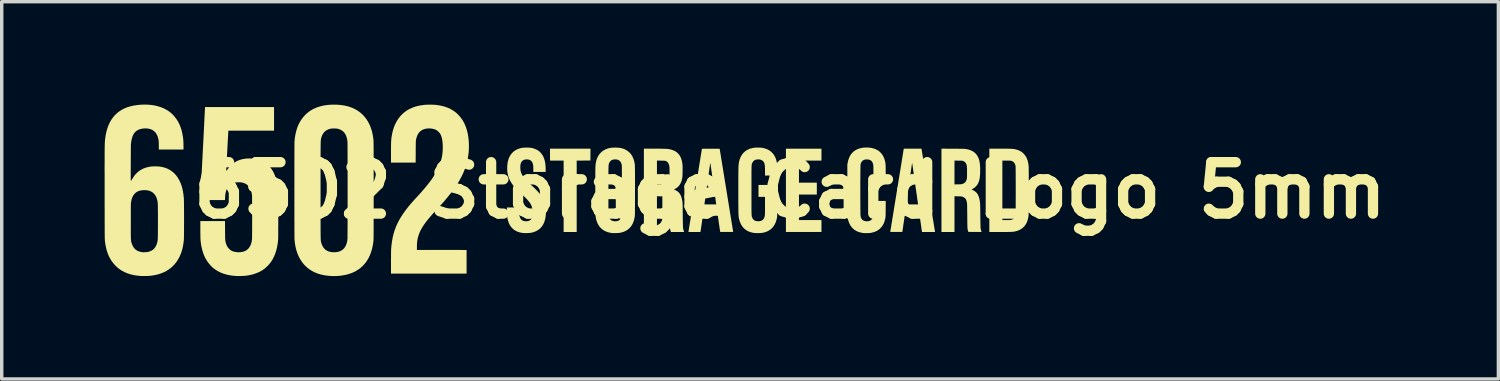
<source format=kicad_pcb>
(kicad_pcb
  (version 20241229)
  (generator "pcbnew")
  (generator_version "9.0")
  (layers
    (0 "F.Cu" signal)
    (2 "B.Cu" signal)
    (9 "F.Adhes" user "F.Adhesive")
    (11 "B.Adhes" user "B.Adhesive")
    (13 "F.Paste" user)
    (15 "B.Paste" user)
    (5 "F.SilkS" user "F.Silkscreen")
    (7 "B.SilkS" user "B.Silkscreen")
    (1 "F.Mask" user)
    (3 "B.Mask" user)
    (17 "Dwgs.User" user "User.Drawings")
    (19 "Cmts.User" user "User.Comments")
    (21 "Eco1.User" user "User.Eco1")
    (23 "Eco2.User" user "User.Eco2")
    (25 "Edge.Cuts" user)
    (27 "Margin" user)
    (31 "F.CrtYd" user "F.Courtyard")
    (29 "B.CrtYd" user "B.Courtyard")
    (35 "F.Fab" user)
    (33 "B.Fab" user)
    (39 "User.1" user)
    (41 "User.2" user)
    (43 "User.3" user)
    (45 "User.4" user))
  (footprint "6502 Storage Card Logo 5mm"
    (layer "F.Cu")
    (at 19.985 2.5)
    (property "Reference" "6502 Storage Card Logo 5mm" (at 0 0 0) (layer "F.SilkS") (effects (font (size 1.5 1.5) (thickness 0.3))))
    (attr board_only exclude_from_pos_files exclude_from_bom)
    (fp_poly (pts (xy -5.818 -1.042) (xy -5.819 -0.869) (xy -6.019 -0.868) (xy -6.219 -0.867) (xy -6.219 0.173) (xy -6.219 1.214) (xy -6.409 1.214) (xy -6.6 1.214) (xy -6.6 0.173) (xy -6.6 -0.867) (xy -6.798 -0.867) (xy -6.997 -0.867) (xy -6.997 -1.041) (xy -6.997 -1.214) (xy -6.407 -1.214) (xy -5.817 -1.214)) (stroke (width 0) (type solid)) (fill yes) (layer "F.SilkS"))
    (fp_poly (pts (xy 0.918 -1.041) (xy 0.918 -0.867) (xy 0.59 -0.867) (xy 0.262 -0.867) (xy 0.262 -0.546) (xy 0.262 -0.224) (xy 0.522 -0.224) (xy 0.783 -0.224) (xy 0.783 -0.051) (xy 0.783 0.123) (xy 0.522 0.123) (xy 0.262 0.123) (xy 0.262 0.495) (xy 0.262 0.867) (xy 0.59 0.867) (xy 0.918 0.867) (xy 0.918 1.041) (xy 0.918 1.214) (xy 0.4 1.214) (xy -0.118 1.214) (xy -0.118 0) (xy -0.118 -1.214) (xy 0.4 -1.214) (xy 0.918 -1.214)) (stroke (width 0) (type solid)) (fill yes) (layer "F.SilkS"))
    (fp_poly (pts (xy 3.577 -1.214) (xy 3.835 -1.214) (xy 3.895 -0.843) (xy 3.92 -0.692) (xy 3.944 -0.545) (xy 3.967 -0.402) (xy 3.989 -0.265) (xy 4.011 -0.133) (xy 4.031 -0.006) (xy 4.051 0.116) (xy 4.07 0.232) (xy 4.088 0.343) (xy 4.105 0.447) (xy 4.121 0.546) (xy 4.136 0.638) (xy 4.15 0.725) (xy 4.163 0.804) (xy 4.175 0.877) (xy 4.186 0.943) (xy 4.195 1.002) (xy 4.204 1.054) (xy 4.211 1.098) (xy 4.217 1.135) (xy 4.222 1.165) (xy 4.225 1.186) (xy 4.228 1.199) (xy 4.228 1.205) (xy 4.228 1.205) (xy 4.231 1.214) (xy 4.04 1.214) (xy 3.85 1.214) (xy 3.848 1.2) (xy 3.847 1.193) (xy 3.844 1.178) (xy 3.841 1.157) (xy 3.837 1.131) (xy 3.833 1.101) (xy 3.828 1.067) (xy 3.823 1.031) (xy 3.818 0.994) (xy 3.812 0.956) (xy 3.807 0.918) (xy 3.801 0.882) (xy 3.797 0.848) (xy 3.792 0.817) (xy 3.788 0.791) (xy 3.785 0.769) (xy 3.783 0.754) (xy 3.782 0.746) (xy 3.782 0.744) (xy 3.778 0.743) (xy 3.766 0.743) (xy 3.745 0.742) (xy 3.717 0.742) (xy 3.682 0.741) (xy 3.64 0.741) (xy 3.591 0.741) (xy 3.563 0.741) (xy 3.345 0.742) (xy 3.311 0.977) (xy 3.276 1.212) (xy 3.099 1.213) (xy 2.922 1.214) (xy 2.925 1.205) (xy 2.925 1.2) (xy 2.928 1.187) (xy 2.931 1.166) (xy 2.936 1.138) (xy 2.941 1.103) (xy 2.948 1.062) (xy 2.956 1.013) (xy 2.965 0.959) (xy 2.975 0.9) (xy 2.985 0.835) (xy 2.997 0.764) (xy 3.009 0.69) (xy 3.022 0.61) (xy 3.035 0.527) (xy 3.049 0.44) (xy 3.054 0.41) (xy 3.393 0.41) (xy 3.565 0.41) (xy 3.736 0.41) (xy 3.734 0.399) (xy 3.733 0.393) (xy 3.731 0.38) (xy 3.728 0.359) (xy 3.724 0.331) (xy 3.719 0.297) (xy 3.713 0.257) (xy 3.707 0.211) (xy 3.7 0.161) (xy 3.692 0.106) (xy 3.683 0.047) (xy 3.675 -0.016) (xy 3.665 -0.081) (xy 3.656 -0.149) (xy 3.648 -0.201) (xy 3.639 -0.27) (xy 3.629 -0.338) (xy 3.62 -0.402) (xy 3.611 -0.463) (xy 3.603 -0.521) (xy 3.595 -0.574) (xy 3.589 -0.622) (xy 3.582 -0.666) (xy 3.577 -0.703) (xy 3.572 -0.735) (xy 3.569 -0.76) (xy 3.566 -0.778) (xy 3.564 -0.788) (xy 3.564 -0.791) (xy 3.56 -0.79) (xy 3.559 -0.79) (xy 3.558 -0.785) (xy 3.556 -0.773) (xy 3.553 -0.753) (xy 3.549 -0.727) (xy 3.545 -0.695) (xy 3.539 -0.657) (xy 3.533 -0.615) (xy 3.527 -0.568) (xy 3.519 -0.517) (xy 3.512 -0.463) (xy 3.504 -0.407) (xy 3.495 -0.348) (xy 3.487 -0.288) (xy 3.479 -0.227) (xy 3.47 -0.166) (xy 3.462 -0.105) (xy 3.453 -0.045) (xy 3.445 0.013) (xy 3.437 0.07) (xy 3.43 0.124) (xy 3.423 0.175) (xy 3.416 0.222) (xy 3.41 0.265) (xy 3.405 0.303) (xy 3.401 0.335) (xy 3.397 0.362) (xy 3.395 0.382) (xy 3.393 0.394) (xy 3.393 0.399) (xy 3.393 0.41) (xy 3.054 0.41) (xy 3.064 0.35) (xy 3.079 0.257) (xy 3.095 0.161) (xy 3.111 0.062) (xy 3.123 -0.01) (xy 3.318 -1.214)) (stroke (width 0) (type solid)) (fill yes) (layer "F.SilkS"))
    (fp_poly (pts (xy 6.199 -1.214) (xy 6.256 -1.214) (xy 6.306 -1.214) (xy 6.35 -1.214) (xy 6.387 -1.213) (xy 6.42 -1.212) (xy 6.448 -1.211) (xy 6.472 -1.21) (xy 6.493 -1.209) (xy 6.512 -1.207) (xy 6.529 -1.205) (xy 6.544 -1.202) (xy 6.56 -1.199) (xy 6.575 -1.196) (xy 6.591 -1.192) (xy 6.592 -1.191) (xy 6.652 -1.173) (xy 6.706 -1.149) (xy 6.755 -1.12) (xy 6.798 -1.084) (xy 6.824 -1.059) (xy 6.859 -1.015) (xy 6.89 -0.966) (xy 6.914 -0.912) (xy 6.934 -0.853) (xy 6.949 -0.788) (xy 6.959 -0.718) (xy 6.96 -0.708) (xy 6.96 -0.689) (xy 6.961 -0.661) (xy 6.961 -0.626) (xy 6.962 -0.582) (xy 6.962 -0.53) (xy 6.963 -0.47) (xy 6.963 -0.402) (xy 6.963 -0.327) (xy 6.963 -0.243) (xy 6.963 -0.152) (xy 6.963 -0.054) (xy 6.963 0) (xy 6.963 0.091) (xy 6.963 0.174) (xy 6.963 0.25) (xy 6.963 0.318) (xy 6.963 0.38) (xy 6.963 0.435) (xy 6.963 0.484) (xy 6.962 0.528) (xy 6.962 0.567) (xy 6.962 0.601) (xy 6.961 0.631) (xy 6.96 0.657) (xy 6.96 0.679) (xy 6.959 0.699) (xy 6.958 0.716) (xy 6.957 0.731) (xy 6.955 0.745) (xy 6.954 0.757) (xy 6.953 0.768) (xy 6.951 0.779) (xy 6.949 0.79) (xy 6.948 0.795) (xy 6.943 0.819) (xy 6.935 0.847) (xy 6.927 0.876) (xy 6.917 0.905) (xy 6.908 0.93) (xy 6.899 0.949) (xy 6.898 0.951) (xy 6.866 1.005) (xy 6.829 1.054) (xy 6.786 1.095) (xy 6.738 1.13) (xy 6.684 1.159) (xy 6.624 1.182) (xy 6.592 1.191) (xy 6.576 1.195) (xy 6.56 1.199) (xy 6.545 1.202) (xy 6.53 1.205) (xy 6.513 1.207) (xy 6.494 1.209) (xy 6.473 1.21) (xy 6.449 1.211) (xy 6.421 1.212) (xy 6.389 1.213) (xy 6.351 1.214) (xy 6.308 1.214) (xy 6.258 1.214) (xy 6.202 1.214) (xy 6.137 1.214) (xy 6.134 1.214) (xy 5.813 1.214) (xy 5.813 0) (xy 6.193 0) (xy 6.193 0.867) (xy 6.31 0.867) (xy 6.346 0.867) (xy 6.374 0.867) (xy 6.396 0.867) (xy 6.413 0.866) (xy 6.426 0.865) (xy 6.437 0.863) (xy 6.447 0.861) (xy 6.456 0.859) (xy 6.49 0.845) (xy 6.519 0.826) (xy 6.542 0.8) (xy 6.56 0.769) (xy 6.573 0.73) (xy 6.578 0.705) (xy 6.579 0.697) (xy 6.579 0.682) (xy 6.58 0.659) (xy 6.58 0.629) (xy 6.581 0.593) (xy 6.581 0.552) (xy 6.582 0.505) (xy 6.582 0.454) (xy 6.582 0.399) (xy 6.582 0.34) (xy 6.582 0.278) (xy 6.583 0.215) (xy 6.583 0.149) (xy 6.583 0.082) (xy 6.583 0.014) (xy 6.583 -0.053) (xy 6.583 -0.121) (xy 6.583 -0.187) (xy 6.583 -0.252) (xy 6.582 -0.314) (xy 6.582 -0.374) (xy 6.582 -0.431) (xy 6.582 -0.484) (xy 6.581 -0.533) (xy 6.581 -0.577) (xy 6.581 -0.615) (xy 6.58 -0.647) (xy 6.58 -0.673) (xy 6.579 -0.692) (xy 6.579 -0.702) (xy 6.578 -0.705) (xy 6.568 -0.747) (xy 6.553 -0.782) (xy 6.533 -0.811) (xy 6.508 -0.834) (xy 6.477 -0.851) (xy 6.456 -0.859) (xy 6.447 -0.861) (xy 6.437 -0.863) (xy 6.426 -0.865) (xy 6.413 -0.866) (xy 6.396 -0.867) (xy 6.374 -0.867) (xy 6.345 -0.867) (xy 6.31 -0.867) (xy 6.193 -0.867) (xy 6.193 0) (xy 5.813 0) (xy 5.813 -1.214) (xy 6.134 -1.214)) (stroke (width 0) (type solid)) (fill yes) (layer "F.SilkS"))
    (fp_poly (pts (xy 2.249 -1.248) (xy 2.28 -1.247) (xy 2.308 -1.246) (xy 2.33 -1.244) (xy 2.395 -1.232) (xy 2.455 -1.216) (xy 2.509 -1.194) (xy 2.534 -1.181) (xy 2.57 -1.16) (xy 2.602 -1.137) (xy 2.632 -1.11) (xy 2.645 -1.096) (xy 2.68 -1.056) (xy 2.709 -1.012) (xy 2.734 -0.965) (xy 2.754 -0.913) (xy 2.771 -0.854) (xy 2.78 -0.812) (xy 2.782 -0.801) (xy 2.784 -0.789) (xy 2.786 -0.776) (xy 2.787 -0.761) (xy 2.788 -0.744) (xy 2.789 -0.723) (xy 2.789 -0.696) (xy 2.79 -0.665) (xy 2.79 -0.626) (xy 2.791 -0.583) (xy 2.793 -0.398) (xy 2.613 -0.398) (xy 2.433 -0.398) (xy 2.433 -0.56) (xy 2.432 -0.605) (xy 2.432 -0.642) (xy 2.432 -0.672) (xy 2.431 -0.696) (xy 2.43 -0.716) (xy 2.429 -0.731) (xy 2.428 -0.744) (xy 2.426 -0.754) (xy 2.426 -0.754) (xy 2.414 -0.795) (xy 2.398 -0.829) (xy 2.376 -0.856) (xy 2.349 -0.877) (xy 2.316 -0.892) (xy 2.278 -0.9) (xy 2.242 -0.902) (xy 2.199 -0.899) (xy 2.162 -0.889) (xy 2.131 -0.874) (xy 2.104 -0.851) (xy 2.083 -0.823) (xy 2.067 -0.787) (xy 2.058 -0.753) (xy 2.057 -0.744) (xy 2.056 -0.728) (xy 2.056 -0.704) (xy 2.055 -0.674) (xy 2.054 -0.637) (xy 2.054 -0.594) (xy 2.053 -0.547) (xy 2.053 -0.494) (xy 2.052 -0.438) (xy 2.052 -0.377) (xy 2.052 -0.314) (xy 2.051 -0.249) (xy 2.051 -0.181) (xy 2.051 -0.112) (xy 2.051 -0.042) (xy 2.051 0.028) (xy 2.051 0.098) (xy 2.051 0.167) (xy 2.051 0.235) (xy 2.052 0.301) (xy 2.052 0.365) (xy 2.052 0.426) (xy 2.053 0.483) (xy 2.053 0.536) (xy 2.054 0.585) (xy 2.054 0.629) (xy 2.055 0.667) (xy 2.055 0.698) (xy 2.056 0.723) (xy 2.057 0.741) (xy 2.058 0.751) (xy 2.058 0.752) (xy 2.069 0.793) (xy 2.085 0.827) (xy 2.105 0.854) (xy 2.131 0.875) (xy 2.162 0.889) (xy 2.198 0.899) (xy 2.213 0.901) (xy 2.258 0.902) (xy 2.298 0.897) (xy 2.333 0.885) (xy 2.364 0.867) (xy 2.389 0.842) (xy 2.408 0.811) (xy 2.415 0.795) (xy 2.419 0.785) (xy 2.422 0.774) (xy 2.425 0.763) (xy 2.427 0.751) (xy 2.429 0.737) (xy 2.43 0.72) (xy 2.431 0.699) (xy 2.432 0.673) (xy 2.432 0.642) (xy 2.432 0.605) (xy 2.433 0.561) (xy 2.433 0.518) (xy 2.433 0.309) (xy 2.613 0.309) (xy 2.793 0.309) (xy 2.791 0.538) (xy 2.79 0.589) (xy 2.79 0.632) (xy 2.79 0.668) (xy 2.789 0.698) (xy 2.789 0.723) (xy 2.788 0.743) (xy 2.787 0.76) (xy 2.786 0.774) (xy 2.785 0.786) (xy 2.783 0.796) (xy 2.781 0.806) (xy 2.78 0.812) (xy 2.766 0.875) (xy 2.748 0.931) (xy 2.726 0.981) (xy 2.7 1.026) (xy 2.67 1.068) (xy 2.645 1.096) (xy 2.603 1.136) (xy 2.556 1.169) (xy 2.504 1.197) (xy 2.447 1.218) (xy 2.383 1.235) (xy 2.33 1.244) (xy 2.314 1.245) (xy 2.292 1.246) (xy 2.266 1.247) (xy 2.238 1.247) (xy 2.21 1.247) (xy 2.183 1.247) (xy 2.161 1.246) (xy 2.145 1.245) (xy 2.12 1.242) (xy 2.09 1.236) (xy 2.06 1.23) (xy 2.031 1.222) (xy 2.006 1.215) (xy 2.002 1.214) (xy 1.943 1.189) (xy 1.89 1.158) (xy 1.843 1.121) (xy 1.801 1.077) (xy 1.764 1.027) (xy 1.734 0.971) (xy 1.709 0.908) (xy 1.69 0.84) (xy 1.683 0.807) (xy 1.673 0.755) (xy 1.673 0) (xy 1.673 -0.755) (xy 1.683 -0.807) (xy 1.699 -0.878) (xy 1.722 -0.943) (xy 1.749 -1.002) (xy 1.783 -1.055) (xy 1.822 -1.101) (xy 1.867 -1.141) (xy 1.918 -1.175) (xy 1.974 -1.203) (xy 2.037 -1.224) (xy 2.105 -1.239) (xy 2.134 -1.244) (xy 2.156 -1.246) (xy 2.184 -1.247) (xy 2.216 -1.248)) (stroke (width 0) (type solid)) (fill yes) (layer "F.SilkS"))
    (fp_poly (pts (xy -2.338 -1.213) (xy -2.309 -1.213) (xy -2.05 -1.212) (xy -1.853 0) (xy -1.656 1.212) (xy -1.844 1.213) (xy -1.883 1.213) (xy -1.919 1.213) (xy -1.952 1.213) (xy -1.981 1.213) (xy -2.004 1.213) (xy -2.021 1.213) (xy -2.031 1.212) (xy -2.034 1.212) (xy -2.035 1.208) (xy -2.037 1.196) (xy -2.04 1.178) (xy -2.044 1.154) (xy -2.048 1.125) (xy -2.053 1.093) (xy -2.058 1.057) (xy -2.063 1.02) (xy -2.069 0.982) (xy -2.075 0.944) (xy -2.08 0.906) (xy -2.085 0.871) (xy -2.09 0.838) (xy -2.094 0.808) (xy -2.098 0.784) (xy -2.1 0.764) (xy -2.102 0.751) (xy -2.103 0.746) (xy -2.104 0.744) (xy -2.109 0.743) (xy -2.119 0.743) (xy -2.132 0.742) (xy -2.152 0.741) (xy -2.177 0.741) (xy -2.208 0.741) (xy -2.247 0.741) (xy -2.293 0.741) (xy -2.321 0.741) (xy -2.54 0.742) (xy -2.575 0.977) (xy -2.581 1.021) (xy -2.587 1.062) (xy -2.593 1.099) (xy -2.598 1.133) (xy -2.602 1.161) (xy -2.606 1.185) (xy -2.608 1.201) (xy -2.61 1.211) (xy -2.61 1.213) (xy -2.614 1.213) (xy -2.626 1.214) (xy -2.643 1.214) (xy -2.666 1.214) (xy -2.694 1.214) (xy -2.724 1.214) (xy -2.756 1.214) (xy -2.79 1.214) (xy -2.823 1.214) (xy -2.855 1.214) (xy -2.884 1.214) (xy -2.911 1.214) (xy -2.933 1.213) (xy -2.949 1.213) (xy -2.959 1.213) (xy -2.961 1.213) (xy -2.961 1.208) (xy -2.959 1.196) (xy -2.955 1.176) (xy -2.951 1.149) (xy -2.945 1.114) (xy -2.939 1.073) (xy -2.931 1.026) (xy -2.922 0.972) (xy -2.913 0.913) (xy -2.902 0.849) (xy -2.891 0.779) (xy -2.879 0.704) (xy -2.866 0.626) (xy -2.853 0.543) (xy -2.839 0.456) (xy -2.83 0.405) (xy -2.495 0.405) (xy -2.493 0.406) (xy -2.49 0.407) (xy -2.483 0.408) (xy -2.473 0.409) (xy -2.459 0.41) (xy -2.439 0.41) (xy -2.414 0.41) (xy -2.382 0.41) (xy -2.342 0.41) (xy -2.323 0.41) (xy -2.149 0.41) (xy -2.151 0.401) (xy -2.152 0.396) (xy -2.154 0.382) (xy -2.157 0.362) (xy -2.161 0.334) (xy -2.166 0.3) (xy -2.171 0.261) (xy -2.178 0.215) (xy -2.185 0.165) (xy -2.193 0.11) (xy -2.201 0.051) (xy -2.21 -0.012) (xy -2.219 -0.077) (xy -2.229 -0.145) (xy -2.236 -0.199) (xy -2.246 -0.268) (xy -2.256 -0.336) (xy -2.265 -0.4) (xy -2.274 -0.462) (xy -2.282 -0.519) (xy -2.289 -0.572) (xy -2.296 -0.621) (xy -2.302 -0.665) (xy -2.308 -0.702) (xy -2.313 -0.734) (xy -2.316 -0.759) (xy -2.319 -0.778) (xy -2.321 -0.788) (xy -2.321 -0.791) (xy -2.325 -0.79) (xy -2.326 -0.789) (xy -2.327 -0.784) (xy -2.329 -0.772) (xy -2.332 -0.752) (xy -2.336 -0.725) (xy -2.341 -0.691) (xy -2.347 -0.652) (xy -2.353 -0.607) (xy -2.36 -0.557) (xy -2.368 -0.503) (xy -2.376 -0.444) (xy -2.385 -0.382) (xy -2.394 -0.317) (xy -2.404 -0.249) (xy -2.411 -0.195) (xy -2.421 -0.125) (xy -2.43 -0.057) (xy -2.439 0.007) (xy -2.447 0.069) (xy -2.456 0.127) (xy -2.463 0.181) (xy -2.47 0.23) (xy -2.476 0.274) (xy -2.481 0.312) (xy -2.486 0.344) (xy -2.49 0.37) (xy -2.492 0.389) (xy -2.494 0.4) (xy -2.494 0.403) (xy -2.495 0.405) (xy -2.83 0.405) (xy -2.824 0.366) (xy -2.809 0.273) (xy -2.793 0.177) (xy -2.777 0.079) (xy -2.765 0.002) (xy -2.748 -0.098) (xy -2.732 -0.195) (xy -2.717 -0.291) (xy -2.702 -0.383) (xy -2.687 -0.473) (xy -2.673 -0.558) (xy -2.66 -0.64) (xy -2.647 -0.718) (xy -2.636 -0.792) (xy -2.624 -0.86) (xy -2.614 -0.924) (xy -2.605 -0.982) (xy -2.596 -1.034) (xy -2.589 -1.08) (xy -2.582 -1.12) (xy -2.577 -1.153) (xy -2.573 -1.179) (xy -2.57 -1.197) (xy -2.568 -1.208) (xy -2.568 -1.21) (xy -2.564 -1.211) (xy -2.552 -1.212) (xy -2.532 -1.212) (xy -2.505 -1.213) (xy -2.472 -1.213) (xy -2.433 -1.213) (xy -2.388 -1.213)) (stroke (width 0) (type solid)) (fill yes) (layer "F.SilkS"))
    (fp_poly (pts (xy -3.879 -1.214) (xy -3.818 -1.214) (xy -3.765 -1.214) (xy -3.718 -1.213) (xy -3.677 -1.212) (xy -3.641 -1.211) (xy -3.61 -1.21) (xy -3.582 -1.208) (xy -3.558 -1.206) (xy -3.536 -1.203) (xy -3.516 -1.199) (xy -3.497 -1.196) (xy -3.479 -1.191) (xy -3.461 -1.186) (xy -3.442 -1.18) (xy -3.437 -1.178) (xy -3.39 -1.161) (xy -3.349 -1.141) (xy -3.312 -1.117) (xy -3.278 -1.089) (xy -3.269 -1.08) (xy -3.234 -1.041) (xy -3.205 -0.998) (xy -3.181 -0.949) (xy -3.162 -0.894) (xy -3.147 -0.832) (xy -3.136 -0.764) (xy -3.135 -0.75) (xy -3.133 -0.73) (xy -3.132 -0.703) (xy -3.131 -0.671) (xy -3.131 -0.636) (xy -3.131 -0.597) (xy -3.131 -0.558) (xy -3.132 -0.519) (xy -3.133 -0.48) (xy -3.134 -0.445) (xy -3.136 -0.414) (xy -3.138 -0.387) (xy -3.14 -0.368) (xy -3.141 -0.362) (xy -3.155 -0.296) (xy -3.175 -0.237) (xy -3.201 -0.184) (xy -3.232 -0.138) (xy -3.268 -0.099) (xy -3.31 -0.066) (xy -3.345 -0.046) (xy -3.36 -0.037) (xy -3.372 -0.03) (xy -3.378 -0.025) (xy -3.379 -0.024) (xy -3.375 -0.021) (xy -3.365 -0.016) (xy -3.351 -0.01) (xy -3.347 -0.008) (xy -3.305 0.012) (xy -3.268 0.038) (xy -3.236 0.069) (xy -3.208 0.105) (xy -3.185 0.148) (xy -3.166 0.198) (xy -3.15 0.255) (xy -3.138 0.319) (xy -3.136 0.331) (xy -3.135 0.342) (xy -3.134 0.355) (xy -3.133 0.371) (xy -3.132 0.391) (xy -3.131 0.414) (xy -3.13 0.443) (xy -3.129 0.476) (xy -3.129 0.516) (xy -3.128 0.561) (xy -3.128 0.614) (xy -3.127 0.674) (xy -3.126 0.723) (xy -3.126 0.796) (xy -3.125 0.86) (xy -3.124 0.918) (xy -3.123 0.968) (xy -3.122 1.01) (xy -3.121 1.044) (xy -3.12 1.07) (xy -3.119 1.089) (xy -3.118 1.098) (xy -3.111 1.137) (xy -3.101 1.172) (xy -3.093 1.195) (xy -3.084 1.214) (xy -3.278 1.214) (xy -3.472 1.214) (xy -3.481 1.186) (xy -3.485 1.173) (xy -3.488 1.16) (xy -3.491 1.149) (xy -3.494 1.137) (xy -3.496 1.124) (xy -3.498 1.109) (xy -3.5 1.093) (xy -3.501 1.074) (xy -3.502 1.051) (xy -3.503 1.024) (xy -3.504 0.993) (xy -3.505 0.957) (xy -3.505 0.914) (xy -3.506 0.866) (xy -3.506 0.81) (xy -3.507 0.747) (xy -3.507 0.728) (xy -3.508 0.664) (xy -3.508 0.607) (xy -3.509 0.559) (xy -3.509 0.516) (xy -3.51 0.481) (xy -3.51 0.45) (xy -3.511 0.425) (xy -3.512 0.404) (xy -3.512 0.387) (xy -3.513 0.374) (xy -3.514 0.363) (xy -3.515 0.354) (xy -3.517 0.347) (xy -3.517 0.344) (xy -3.526 0.309) (xy -3.536 0.282) (xy -3.548 0.259) (xy -3.562 0.24) (xy -3.577 0.225) (xy -3.594 0.21) (xy -3.613 0.199) (xy -3.635 0.19) (xy -3.66 0.183) (xy -3.69 0.178) (xy -3.725 0.175) (xy -3.767 0.174) (xy -3.794 0.174) (xy -3.879 0.173) (xy -3.879 0.694) (xy -3.879 1.214) (xy -4.07 1.214) (xy -4.26 1.214) (xy -4.26 0) (xy -4.26 -0.521) (xy -3.879 -0.521) (xy -3.879 -0.173) (xy -3.794 -0.174) (xy -3.758 -0.174) (xy -3.726 -0.175) (xy -3.7 -0.177) (xy -3.68 -0.179) (xy -3.676 -0.179) (xy -3.636 -0.19) (xy -3.602 -0.207) (xy -3.573 -0.229) (xy -3.55 -0.258) (xy -3.531 -0.294) (xy -3.521 -0.324) (xy -3.519 -0.335) (xy -3.517 -0.354) (xy -3.516 -0.379) (xy -3.514 -0.409) (xy -3.513 -0.442) (xy -3.512 -0.478) (xy -3.512 -0.515) (xy -3.511 -0.552) (xy -3.511 -0.587) (xy -3.512 -0.62) (xy -3.513 -0.649) (xy -3.514 -0.673) (xy -3.515 -0.691) (xy -3.516 -0.694) (xy -3.525 -0.738) (xy -3.539 -0.776) (xy -3.557 -0.807) (xy -3.58 -0.832) (xy -3.608 -0.85) (xy -3.621 -0.855) (xy -3.628 -0.858) (xy -3.636 -0.86) (xy -3.644 -0.862) (xy -3.655 -0.863) (xy -3.67 -0.864) (xy -3.689 -0.865) (xy -3.713 -0.866) (xy -3.744 -0.866) (xy -3.762 -0.866) (xy -3.879 -0.868) (xy -3.879 -0.521) (xy -4.26 -0.521) (xy -4.26 -1.214) (xy -3.947 -1.214)) (stroke (width 0) (type solid)) (fill yes) (layer "F.SilkS"))
    (fp_poly (pts (xy -7.639 -1.246) (xy -7.603 -1.244) (xy -7.573 -1.242) (xy -7.546 -1.239) (xy -7.52 -1.234) (xy -7.494 -1.227) (xy -7.465 -1.218) (xy -7.458 -1.216) (xy -7.4 -1.192) (xy -7.347 -1.163) (xy -7.3 -1.127) (xy -7.259 -1.085) (xy -7.223 -1.037) (xy -7.192 -0.983) (xy -7.168 -0.922) (xy -7.149 -0.856) (xy -7.135 -0.783) (xy -7.127 -0.703) (xy -7.124 -0.619) (xy -7.124 -0.537) (xy -7.304 -0.537) (xy -7.484 -0.537) (xy -7.484 -0.619) (xy -7.484 -0.66) (xy -7.486 -0.696) (xy -7.488 -0.725) (xy -7.49 -0.74) (xy -7.5 -0.783) (xy -7.516 -0.819) (xy -7.537 -0.849) (xy -7.563 -0.872) (xy -7.594 -0.889) (xy -7.631 -0.899) (xy -7.673 -0.902) (xy -7.706 -0.901) (xy -7.734 -0.896) (xy -7.761 -0.886) (xy -7.785 -0.874) (xy -7.802 -0.861) (xy -7.824 -0.836) (xy -7.841 -0.808) (xy -7.853 -0.775) (xy -7.86 -0.736) (xy -7.864 -0.692) (xy -7.863 -0.649) (xy -7.861 -0.609) (xy -7.855 -0.571) (xy -7.846 -0.534) (xy -7.833 -0.498) (xy -7.816 -0.461) (xy -7.795 -0.425) (xy -7.769 -0.387) (xy -7.737 -0.347) (xy -7.701 -0.306) (xy -7.658 -0.261) (xy -7.609 -0.214) (xy -7.554 -0.162) (xy -7.537 -0.146) (xy -7.473 -0.087) (xy -7.416 -0.031) (xy -7.365 0.021) (xy -7.321 0.071) (xy -7.282 0.119) (xy -7.248 0.165) (xy -7.22 0.211) (xy -7.195 0.257) (xy -7.175 0.303) (xy -7.158 0.35) (xy -7.144 0.398) (xy -7.143 0.403) (xy -7.13 0.471) (xy -7.121 0.543) (xy -7.118 0.618) (xy -7.119 0.692) (xy -7.125 0.763) (xy -7.133 0.812) (xy -7.15 0.882) (xy -7.173 0.946) (xy -7.202 1.004) (xy -7.237 1.057) (xy -7.278 1.103) (xy -7.324 1.143) (xy -7.377 1.176) (xy -7.435 1.204) (xy -7.499 1.225) (xy -7.541 1.236) (xy -7.565 1.239) (xy -7.595 1.242) (xy -7.63 1.245) (xy -7.667 1.246) (xy -7.704 1.247) (xy -7.74 1.246) (xy -7.772 1.245) (xy -7.798 1.243) (xy -7.803 1.242) (xy -7.872 1.228) (xy -7.936 1.209) (xy -7.993 1.183) (xy -8.045 1.151) (xy -8.091 1.112) (xy -8.131 1.068) (xy -8.166 1.017) (xy -8.195 0.96) (xy -8.218 0.896) (xy -8.226 0.869) (xy -8.233 0.842) (xy -8.238 0.816) (xy -8.243 0.789) (xy -8.246 0.76) (xy -8.249 0.728) (xy -8.251 0.691) (xy -8.252 0.647) (xy -8.253 0.621) (xy -8.255 0.499) (xy -8.075 0.499) (xy -7.895 0.499) (xy -7.893 0.617) (xy -7.892 0.654) (xy -7.891 0.685) (xy -7.89 0.709) (xy -7.889 0.728) (xy -7.887 0.742) (xy -7.885 0.754) (xy -7.884 0.759) (xy -7.869 0.8) (xy -7.851 0.834) (xy -7.827 0.86) (xy -7.799 0.88) (xy -7.765 0.893) (xy -7.726 0.9) (xy -7.698 0.902) (xy -7.654 0.899) (xy -7.615 0.889) (xy -7.582 0.874) (xy -7.555 0.852) (xy -7.533 0.824) (xy -7.517 0.79) (xy -7.507 0.754) (xy -7.499 0.696) (xy -7.498 0.636) (xy -7.504 0.575) (xy -7.516 0.516) (xy -7.534 0.46) (xy -7.556 0.411) (xy -7.581 0.369) (xy -7.614 0.325) (xy -7.654 0.277) (xy -7.7 0.228) (xy -7.753 0.176) (xy -7.774 0.157) (xy -7.825 0.11) (xy -7.87 0.068) (xy -7.91 0.03) (xy -7.945 -0.004) (xy -7.976 -0.036) (xy -8.004 -0.065) (xy -8.029 -0.092) (xy -8.051 -0.119) (xy -8.072 -0.145) (xy -8.092 -0.172) (xy -8.111 -0.199) (xy -8.119 -0.212) (xy -8.159 -0.278) (xy -8.191 -0.348) (xy -8.216 -0.421) (xy -8.234 -0.498) (xy -8.241 -0.55) (xy -8.244 -0.578) (xy -8.245 -0.613) (xy -8.245 -0.651) (xy -8.244 -0.69) (xy -8.242 -0.729) (xy -8.239 -0.764) (xy -8.235 -0.795) (xy -8.233 -0.808) (xy -8.218 -0.872) (xy -8.2 -0.93) (xy -8.177 -0.982) (xy -8.149 -1.029) (xy -8.119 -1.07) (xy -8.078 -1.114) (xy -8.032 -1.151) (xy -7.982 -1.182) (xy -7.927 -1.207) (xy -7.866 -1.227) (xy -7.825 -1.236) (xy -7.808 -1.239) (xy -7.792 -1.242) (xy -7.776 -1.244) (xy -7.757 -1.245) (xy -7.735 -1.245) (xy -7.707 -1.246) (xy -7.68 -1.246)) (stroke (width 0) (type solid)) (fill yes) (layer "F.SilkS"))
    (fp_poly (pts (xy 4.754 -1.213) (xy 4.818 -1.213) (xy 4.874 -1.213) (xy 4.923 -1.212) (xy 4.965 -1.212) (xy 5.002 -1.211) (xy 5.033 -1.211) (xy 5.06 -1.21) (xy 5.083 -1.209) (xy 5.103 -1.207) (xy 5.12 -1.206) (xy 5.135 -1.204) (xy 5.149 -1.202) (xy 5.162 -1.199) (xy 5.176 -1.196) (xy 5.19 -1.192) (xy 5.205 -1.189) (xy 5.265 -1.169) (xy 5.318 -1.145) (xy 5.366 -1.115) (xy 5.407 -1.079) (xy 5.443 -1.038) (xy 5.473 -0.991) (xy 5.487 -0.963) (xy 5.503 -0.926) (xy 5.516 -0.886) (xy 5.526 -0.844) (xy 5.534 -0.797) (xy 5.54 -0.746) (xy 5.544 -0.689) (xy 5.546 -0.625) (xy 5.546 -0.586) (xy 5.545 -0.515) (xy 5.542 -0.452) (xy 5.537 -0.395) (xy 5.53 -0.344) (xy 5.52 -0.299) (xy 5.508 -0.257) (xy 5.493 -0.22) (xy 5.475 -0.185) (xy 5.457 -0.157) (xy 5.433 -0.127) (xy 5.404 -0.097) (xy 5.371 -0.07) (xy 5.337 -0.048) (xy 5.314 -0.036) (xy 5.304 -0.031) (xy 5.298 -0.026) (xy 5.298 -0.025) (xy 5.302 -0.021) (xy 5.312 -0.016) (xy 5.326 -0.009) (xy 5.33 -0.007) (xy 5.371 0.014) (xy 5.407 0.039) (xy 5.438 0.068) (xy 5.465 0.102) (xy 5.487 0.142) (xy 5.506 0.188) (xy 5.521 0.24) (xy 5.533 0.3) (xy 5.538 0.334) (xy 5.54 0.346) (xy 5.541 0.358) (xy 5.543 0.371) (xy 5.544 0.386) (xy 5.545 0.403) (xy 5.545 0.422) (xy 5.546 0.446) (xy 5.547 0.473) (xy 5.547 0.505) (xy 5.548 0.542) (xy 5.549 0.586) (xy 5.549 0.636) (xy 5.55 0.694) (xy 5.55 0.742) (xy 5.551 0.81) (xy 5.552 0.871) (xy 5.553 0.926) (xy 5.554 0.975) (xy 5.555 1.017) (xy 5.556 1.052) (xy 5.556 1.08) (xy 5.557 1.1) (xy 5.558 1.112) (xy 5.559 1.114) (xy 5.562 1.131) (xy 5.568 1.152) (xy 5.575 1.174) (xy 5.582 1.194) (xy 5.586 1.207) (xy 5.587 1.209) (xy 5.586 1.21) (xy 5.583 1.211) (xy 5.577 1.212) (xy 5.568 1.213) (xy 5.554 1.213) (xy 5.536 1.213) (xy 5.512 1.214) (xy 5.482 1.214) (xy 5.445 1.213) (xy 5.4 1.213) (xy 5.396 1.213) (xy 5.202 1.212) (xy 5.194 1.187) (xy 5.19 1.175) (xy 5.187 1.164) (xy 5.184 1.153) (xy 5.182 1.142) (xy 5.18 1.13) (xy 5.178 1.117) (xy 5.176 1.101) (xy 5.175 1.083) (xy 5.174 1.062) (xy 5.173 1.037) (xy 5.173 1.007) (xy 5.172 0.972) (xy 5.171 0.931) (xy 5.171 0.883) (xy 5.17 0.829) (xy 5.17 0.767) (xy 5.17 0.747) (xy 5.169 0.681) (xy 5.168 0.624) (xy 5.168 0.574) (xy 5.167 0.53) (xy 5.167 0.493) (xy 5.166 0.462) (xy 5.165 0.436) (xy 5.165 0.414) (xy 5.164 0.397) (xy 5.163 0.382) (xy 5.162 0.371) (xy 5.161 0.362) (xy 5.16 0.36) (xy 5.151 0.317) (xy 5.139 0.282) (xy 5.124 0.253) (xy 5.105 0.23) (xy 5.081 0.211) (xy 5.052 0.196) (xy 5.032 0.188) (xy 5.021 0.184) (xy 5.011 0.181) (xy 5.001 0.179) (xy 4.989 0.177) (xy 4.974 0.176) (xy 4.955 0.176) (xy 4.93 0.175) (xy 4.898 0.174) (xy 4.797 0.173) (xy 4.797 0.693) (xy 4.797 1.214) (xy 4.607 1.214) (xy 4.417 1.214) (xy 4.417 -0.000211) (xy 4.417 -0.52) (xy 4.797 -0.52) (xy 4.797 -0.172) (xy 4.898 -0.175) (xy 4.932 -0.175) (xy 4.96 -0.176) (xy 4.981 -0.178) (xy 4.997 -0.179) (xy 5.01 -0.181) (xy 5.02 -0.183) (xy 5.022 -0.184) (xy 5.059 -0.199) (xy 5.09 -0.218) (xy 5.115 -0.243) (xy 5.135 -0.273) (xy 5.149 -0.31) (xy 5.156 -0.335) (xy 5.158 -0.344) (xy 5.159 -0.355) (xy 5.161 -0.368) (xy 5.161 -0.384) (xy 5.162 -0.404) (xy 5.163 -0.429) (xy 5.163 -0.46) (xy 5.163 -0.498) (xy 5.163 -0.525) (xy 5.163 -0.572) (xy 5.163 -0.611) (xy 5.162 -0.644) (xy 5.161 -0.672) (xy 5.159 -0.695) (xy 5.156 -0.714) (xy 5.153 -0.73) (xy 5.149 -0.745) (xy 5.144 -0.759) (xy 5.137 -0.774) (xy 5.133 -0.782) (xy 5.116 -0.81) (xy 5.093 -0.833) (xy 5.064 -0.85) (xy 5.052 -0.855) (xy 5.045 -0.858) (xy 5.037 -0.86) (xy 5.028 -0.862) (xy 5.018 -0.864) (xy 5.004 -0.865) (xy 4.985 -0.865) (xy 4.961 -0.866) (xy 4.93 -0.866) (xy 4.913 -0.866) (xy 4.797 -0.868) (xy 4.797 -0.52) (xy 4.417 -0.52) (xy 4.417 -1.215)) (stroke (width 0) (type solid)) (fill yes) (layer "F.SilkS"))
    (fp_poly (pts (xy -10.456 -2.497) (xy -10.418 -2.497) (xy -10.384 -2.496) (xy -10.355 -2.494) (xy -10.335 -2.493) (xy -10.235 -2.479) (xy -10.141 -2.46) (xy -10.053 -2.435) (xy -9.971 -2.405) (xy -9.895 -2.369) (xy -9.823 -2.327) (xy -9.756 -2.279) (xy -9.745 -2.271) (xy -9.717 -2.247) (xy -9.687 -2.218) (xy -9.656 -2.186) (xy -9.627 -2.153) (xy -9.6 -2.122) (xy -9.586 -2.103) (xy -9.537 -2.029) (xy -9.494 -1.95) (xy -9.458 -1.866) (xy -9.427 -1.776) (xy -9.402 -1.681) (xy -9.383 -1.58) (xy -9.37 -1.472) (xy -9.366 -1.437) (xy -9.364 -1.402) (xy -9.363 -1.361) (xy -9.362 -1.316) (xy -9.362 -1.27) (xy -9.363 -1.223) (xy -9.365 -1.18) (xy -9.367 -1.141) (xy -9.369 -1.115) (xy -9.381 -1.012) (xy -9.399 -0.91) (xy -9.421 -0.811) (xy -9.45 -0.712) (xy -9.483 -0.614) (xy -9.523 -0.516) (xy -9.569 -0.418) (xy -9.621 -0.319) (xy -9.68 -0.219) (xy -9.746 -0.118) (xy -9.818 -0.014) (xy -9.898 0.092) (xy -9.985 0.201) (xy -10.018 0.241) (xy -10.051 0.28) (xy -10.083 0.318) (xy -10.116 0.356) (xy -10.15 0.394) (xy -10.186 0.434) (xy -10.226 0.478) (xy -10.27 0.526) (xy -10.293 0.55) (xy -10.364 0.628) (xy -10.429 0.7) (xy -10.488 0.768) (xy -10.541 0.831) (xy -10.589 0.891) (xy -10.633 0.948) (xy -10.671 1.002) (xy -10.706 1.054) (xy -10.736 1.104) (xy -10.763 1.152) (xy -10.786 1.2) (xy -10.807 1.247) (xy -10.824 1.294) (xy -10.839 1.342) (xy -10.849 1.377) (xy -10.859 1.423) (xy -10.867 1.468) (xy -10.873 1.515) (xy -10.876 1.565) (xy -10.878 1.622) (xy -10.878 1.637) (xy -10.879 1.737) (xy -10.154 1.738) (xy -9.43 1.739) (xy -9.43 2.084) (xy -9.43 2.428) (xy -10.532 2.428) (xy -11.634 2.428) (xy -11.634 2.105) (xy -11.634 2.052) (xy -11.634 1.999) (xy -11.633 1.948) (xy -11.633 1.901) (xy -11.633 1.856) (xy -11.632 1.816) (xy -11.632 1.781) (xy -11.631 1.752) (xy -11.63 1.73) (xy -11.63 1.717) (xy -11.619 1.594) (xy -11.603 1.478) (xy -11.583 1.367) (xy -11.557 1.26) (xy -11.525 1.157) (xy -11.487 1.057) (xy -11.443 0.958) (xy -11.392 0.861) (xy -11.334 0.763) (xy -11.268 0.664) (xy -11.213 0.588) (xy -11.18 0.544) (xy -11.146 0.501) (xy -11.111 0.457) (xy -11.074 0.413) (xy -11.034 0.367) (xy -10.991 0.318) (xy -10.944 0.265) (xy -10.891 0.208) (xy -10.879 0.195) (xy -10.795 0.103) (xy -10.717 0.015) (xy -10.646 -0.068) (xy -10.581 -0.147) (xy -10.521 -0.223) (xy -10.466 -0.295) (xy -10.417 -0.365) (xy -10.373 -0.433) (xy -10.333 -0.499) (xy -10.297 -0.564) (xy -10.265 -0.628) (xy -10.237 -0.691) (xy -10.212 -0.754) (xy -10.194 -0.806) (xy -10.168 -0.893) (xy -10.149 -0.978) (xy -10.135 -1.063) (xy -10.127 -1.15) (xy -10.124 -1.24) (xy -10.125 -1.292) (xy -10.128 -1.36) (xy -10.133 -1.419) (xy -10.14 -1.473) (xy -10.15 -1.521) (xy -10.162 -1.564) (xy -10.177 -1.603) (xy -10.194 -1.64) (xy -10.216 -1.672) (xy -10.244 -1.703) (xy -10.275 -1.732) (xy -10.309 -1.756) (xy -10.344 -1.774) (xy -10.351 -1.777) (xy -10.403 -1.792) (xy -10.458 -1.802) (xy -10.514 -1.806) (xy -10.57 -1.804) (xy -10.624 -1.796) (xy -10.675 -1.782) (xy -10.713 -1.766) (xy -10.755 -1.741) (xy -10.792 -1.711) (xy -10.824 -1.674) (xy -10.852 -1.631) (xy -10.874 -1.581) (xy -10.893 -1.524) (xy -10.903 -1.48) (xy -10.905 -1.471) (xy -10.906 -1.462) (xy -10.907 -1.453) (xy -10.908 -1.443) (xy -10.909 -1.43) (xy -10.91 -1.415) (xy -10.911 -1.397) (xy -10.911 -1.375) (xy -10.912 -1.348) (xy -10.912 -1.316) (xy -10.912 -1.278) (xy -10.913 -1.233) (xy -10.913 -1.182) (xy -10.913 -1.122) (xy -10.913 -1.122) (xy -10.915 -0.808) (xy -11.275 -0.808) (xy -11.634 -0.808) (xy -11.634 -1.095) (xy -11.634 -1.159) (xy -11.634 -1.215) (xy -11.633 -1.264) (xy -11.633 -1.307) (xy -11.632 -1.345) (xy -11.632 -1.378) (xy -11.63 -1.408) (xy -11.629 -1.435) (xy -11.627 -1.46) (xy -11.625 -1.483) (xy -11.623 -1.506) (xy -11.62 -1.53) (xy -11.617 -1.555) (xy -11.599 -1.657) (xy -11.576 -1.754) (xy -11.546 -1.846) (xy -11.51 -1.932) (xy -11.468 -2.013) (xy -11.42 -2.088) (xy -11.366 -2.158) (xy -11.307 -2.221) (xy -11.241 -2.278) (xy -11.177 -2.325) (xy -11.106 -2.367) (xy -11.029 -2.403) (xy -10.947 -2.434) (xy -10.858 -2.459) (xy -10.764 -2.478) (xy -10.663 -2.492) (xy -10.661 -2.493) (xy -10.638 -2.494) (xy -10.608 -2.496) (xy -10.573 -2.497) (xy -10.535 -2.497) (xy -10.496 -2.498)) (stroke (width 0) (type solid)) (fill yes) (layer "F.SilkS"))
    (fp_poly (pts (xy -0.904 -1.247) (xy -0.868 -1.245) (xy -0.836 -1.243) (xy -0.808 -1.239) (xy -0.797 -1.238) (xy -0.73 -1.222) (xy -0.668 -1.199) (xy -0.612 -1.17) (xy -0.561 -1.135) (xy -0.516 -1.093) (xy -0.477 -1.046) (xy -0.444 -0.992) (xy -0.416 -0.933) (xy -0.395 -0.867) (xy -0.394 -0.861) (xy -0.388 -0.838) (xy -0.383 -0.817) (xy -0.38 -0.796) (xy -0.377 -0.774) (xy -0.374 -0.749) (xy -0.373 -0.722) (xy -0.371 -0.691) (xy -0.37 -0.653) (xy -0.369 -0.609) (xy -0.369 -0.587) (xy -0.367 -0.432) (xy -0.547 -0.432) (xy -0.728 -0.432) (xy -0.728 -0.564) (xy -0.728 -0.617) (xy -0.729 -0.663) (xy -0.731 -0.702) (xy -0.735 -0.735) (xy -0.74 -0.763) (xy -0.746 -0.787) (xy -0.754 -0.807) (xy -0.764 -0.825) (xy -0.776 -0.841) (xy -0.791 -0.856) (xy -0.795 -0.86) (xy -0.823 -0.88) (xy -0.857 -0.893) (xy -0.895 -0.901) (xy -0.896 -0.901) (xy -0.941 -0.902) (xy -0.982 -0.897) (xy -1.018 -0.885) (xy -1.049 -0.867) (xy -1.074 -0.842) (xy -1.093 -0.812) (xy -1.097 -0.805) (xy -1.1 -0.798) (xy -1.103 -0.792) (xy -1.106 -0.786) (xy -1.109 -0.779) (xy -1.111 -0.772) (xy -1.113 -0.764) (xy -1.115 -0.754) (xy -1.116 -0.742) (xy -1.118 -0.727) (xy -1.119 -0.71) (xy -1.12 -0.69) (xy -1.121 -0.666) (xy -1.121 -0.639) (xy -1.122 -0.607) (xy -1.122 -0.57) (xy -1.123 -0.528) (xy -1.123 -0.481) (xy -1.123 -0.428) (xy -1.123 -0.369) (xy -1.123 -0.303) (xy -1.123 -0.23) (xy -1.123 -0.149) (xy -1.123 -0.061) (xy -1.123 0) (xy -1.123 0.092) (xy -1.123 0.177) (xy -1.123 0.254) (xy -1.123 0.323) (xy -1.123 0.386) (xy -1.123 0.442) (xy -1.123 0.492) (xy -1.123 0.536) (xy -1.122 0.575) (xy -1.122 0.609) (xy -1.121 0.639) (xy -1.121 0.665) (xy -1.12 0.686) (xy -1.119 0.705) (xy -1.118 0.72) (xy -1.117 0.733) (xy -1.116 0.744) (xy -1.115 0.753) (xy -1.113 0.761) (xy -1.112 0.768) (xy -1.11 0.774) (xy -1.107 0.78) (xy -1.105 0.787) (xy -1.104 0.791) (xy -1.087 0.825) (xy -1.066 0.853) (xy -1.039 0.875) (xy -1.006 0.89) (xy -0.968 0.899) (xy -0.927 0.902) (xy -0.883 0.899) (xy -0.845 0.89) (xy -0.813 0.875) (xy -0.786 0.853) (xy -0.764 0.826) (xy -0.748 0.791) (xy -0.747 0.79) (xy -0.743 0.779) (xy -0.74 0.769) (xy -0.737 0.758) (xy -0.735 0.745) (xy -0.733 0.73) (xy -0.732 0.713) (xy -0.73 0.692) (xy -0.729 0.667) (xy -0.729 0.637) (xy -0.728 0.601) (xy -0.728 0.559) (xy -0.728 0.51) (xy -0.728 0.454) (xy -0.728 0.447) (xy -0.728 0.19) (xy -0.823 0.19) (xy -0.918 0.19) (xy -0.918 0.017) (xy -0.918 -0.157) (xy -0.643 -0.157) (xy -0.368 -0.157) (xy -0.369 0.295) (xy -0.37 0.369) (xy -0.37 0.434) (xy -0.37 0.493) (xy -0.37 0.544) (xy -0.371 0.589) (xy -0.371 0.628) (xy -0.372 0.663) (xy -0.372 0.692) (xy -0.373 0.718) (xy -0.374 0.739) (xy -0.375 0.758) (xy -0.377 0.775) (xy -0.378 0.789) (xy -0.38 0.802) (xy -0.382 0.814) (xy -0.385 0.826) (xy -0.388 0.838) (xy -0.391 0.85) (xy -0.394 0.861) (xy -0.414 0.927) (xy -0.441 0.987) (xy -0.474 1.041) (xy -0.512 1.089) (xy -0.557 1.131) (xy -0.607 1.167) (xy -0.663 1.197) (xy -0.724 1.22) (xy -0.791 1.237) (xy -0.797 1.238) (xy -0.819 1.241) (xy -0.848 1.243) (xy -0.88 1.245) (xy -0.915 1.246) (xy -0.951 1.247) (xy -0.985 1.246) (xy -1.015 1.245) (xy -1.04 1.243) (xy -1.049 1.242) (xy -1.108 1.231) (xy -1.16 1.216) (xy -1.208 1.198) (xy -1.253 1.175) (xy -1.282 1.157) (xy -1.328 1.121) (xy -1.369 1.079) (xy -1.405 1.03) (xy -1.436 0.976) (xy -1.461 0.916) (xy -1.481 0.851) (xy -1.489 0.814) (xy -1.491 0.802) (xy -1.493 0.789) (xy -1.495 0.776) (xy -1.496 0.761) (xy -1.498 0.745) (xy -1.499 0.727) (xy -1.5 0.706) (xy -1.502 0.682) (xy -1.502 0.656) (xy -1.503 0.625) (xy -1.504 0.59) (xy -1.504 0.551) (xy -1.505 0.507) (xy -1.505 0.457) (xy -1.505 0.402) (xy -1.506 0.34) (xy -1.506 0.272) (xy -1.506 0.197) (xy -1.506 0.114) (xy -1.506 0.023) (xy -1.506 0) (xy -1.506 -0.093) (xy -1.506 -0.178) (xy -1.506 -0.255) (xy -1.506 -0.325) (xy -1.506 -0.388) (xy -1.505 -0.445) (xy -1.505 -0.496) (xy -1.504 -0.541) (xy -1.504 -0.582) (xy -1.503 -0.617) (xy -1.503 -0.649) (xy -1.502 -0.676) (xy -1.501 -0.701) (xy -1.5 -0.722) (xy -1.498 -0.741) (xy -1.497 -0.757) (xy -1.495 -0.772) (xy -1.493 -0.786) (xy -1.491 -0.799) (xy -1.489 -0.811) (xy -1.489 -0.814) (xy -1.472 -0.884) (xy -1.449 -0.948) (xy -1.421 -1.006) (xy -1.387 -1.058) (xy -1.346 -1.104) (xy -1.3 -1.144) (xy -1.249 -1.177) (xy -1.191 -1.204) (xy -1.128 -1.225) (xy -1.059 -1.24) (xy -1.031 -1.244) (xy -1.006 -1.246) (xy -0.975 -1.247) (xy -0.94 -1.247)) (stroke (width 0) (type solid)) (fill yes) (layer "F.SilkS"))
    (fp_poly (pts (xy -5.044 -1.245) (xy -4.997 -1.242) (xy -4.956 -1.238) (xy -4.917 -1.23) (xy -4.881 -1.22) (xy -4.845 -1.207) (xy -4.807 -1.191) (xy -4.804 -1.189) (xy -4.749 -1.158) (xy -4.7 -1.121) (xy -4.656 -1.078) (xy -4.619 -1.029) (xy -4.587 -0.973) (xy -4.561 -0.912) (xy -4.541 -0.844) (xy -4.527 -0.771) (xy -4.524 -0.749) (xy -4.524 -0.738) (xy -4.523 -0.718) (xy -4.522 -0.692) (xy -4.521 -0.658) (xy -4.521 -0.619) (xy -4.52 -0.574) (xy -4.52 -0.524) (xy -4.519 -0.469) (xy -4.519 -0.41) (xy -4.519 -0.348) (xy -4.518 -0.283) (xy -4.518 -0.215) (xy -4.518 -0.146) (xy -4.518 -0.076) (xy -4.518 -0.005) (xy -4.518 0.066) (xy -4.518 0.136) (xy -4.518 0.205) (xy -4.518 0.273) (xy -4.519 0.338) (xy -4.519 0.401) (xy -4.519 0.46) (xy -4.52 0.516) (xy -4.52 0.567) (xy -4.521 0.613) (xy -4.521 0.653) (xy -4.522 0.687) (xy -4.523 0.715) (xy -4.523 0.735) (xy -4.524 0.748) (xy -4.524 0.749) (xy -4.537 0.824) (xy -4.555 0.893) (xy -4.58 0.957) (xy -4.61 1.014) (xy -4.646 1.065) (xy -4.687 1.11) (xy -4.735 1.149) (xy -4.788 1.182) (xy -4.848 1.208) (xy -4.912 1.228) (xy -4.956 1.238) (xy -4.972 1.24) (xy -4.994 1.242) (xy -5.021 1.244) (xy -5.052 1.245) (xy -5.083 1.246) (xy -5.114 1.247) (xy -5.142 1.247) (xy -5.166 1.247) (xy -5.183 1.246) (xy -5.187 1.245) (xy -5.211 1.242) (xy -5.239 1.237) (xy -5.269 1.23) (xy -5.296 1.224) (xy -5.319 1.217) (xy -5.324 1.216) (xy -5.384 1.192) (xy -5.439 1.162) (xy -5.489 1.125) (xy -5.533 1.082) (xy -5.571 1.033) (xy -5.604 0.977) (xy -5.63 0.917) (xy -5.651 0.85) (xy -5.662 0.796) (xy -5.664 0.784) (xy -5.666 0.772) (xy -5.668 0.758) (xy -5.669 0.743) (xy -5.67 0.725) (xy -5.671 0.705) (xy -5.672 0.683) (xy -5.673 0.657) (xy -5.674 0.627) (xy -5.675 0.593) (xy -5.675 0.555) (xy -5.676 0.511) (xy -5.676 0.463) (xy -5.676 0.408) (xy -5.677 0.347) (xy -5.677 0.28) (xy -5.677 0.206) (xy -5.677 0.124) (xy -5.677 0.034) (xy -5.677 -0.002) (xy -5.677 -0.095) (xy -5.677 -0.179) (xy -5.677 -0.219) (xy -5.295 -0.219) (xy -5.295 -0.138) (xy -5.294 -0.049) (xy -5.294 0) (xy -5.294 0.093) (xy -5.295 0.178) (xy -5.294 0.256) (xy -5.294 0.326) (xy -5.294 0.389) (xy -5.294 0.446) (xy -5.294 0.496) (xy -5.294 0.541) (xy -5.294 0.581) (xy -5.293 0.615) (xy -5.293 0.645) (xy -5.292 0.671) (xy -5.291 0.693) (xy -5.29 0.712) (xy -5.289 0.728) (xy -5.288 0.741) (xy -5.286 0.753) (xy -5.284 0.762) (xy -5.282 0.77) (xy -5.28 0.777) (xy -5.278 0.783) (xy -5.275 0.789) (xy -5.272 0.795) (xy -5.269 0.802) (xy -5.268 0.805) (xy -5.251 0.834) (xy -5.232 0.857) (xy -5.208 0.875) (xy -5.194 0.882) (xy -5.159 0.895) (xy -5.121 0.901) (xy -5.081 0.902) (xy -5.041 0.897) (xy -5.03 0.894) (xy -4.996 0.881) (xy -4.967 0.86) (xy -4.943 0.834) (xy -4.924 0.8) (xy -4.91 0.76) (xy -4.905 0.74) (xy -4.905 0.735) (xy -4.904 0.728) (xy -4.903 0.72) (xy -4.902 0.71) (xy -4.902 0.698) (xy -4.901 0.683) (xy -4.901 0.665) (xy -4.901 0.644) (xy -4.9 0.619) (xy -4.9 0.589) (xy -4.9 0.555) (xy -4.9 0.516) (xy -4.9 0.471) (xy -4.9 0.421) (xy -4.9 0.364) (xy -4.9 0.301) (xy -4.9 0.231) (xy -4.9 0.153) (xy -4.9 0.068) (xy -4.9 -0.015) (xy -4.9 -0.107) (xy -4.9 -0.19) (xy -4.9 -0.266) (xy -4.901 -0.335) (xy -4.901 -0.397) (xy -4.901 -0.452) (xy -4.901 -0.501) (xy -4.901 -0.544) (xy -4.902 -0.582) (xy -4.902 -0.615) (xy -4.902 -0.643) (xy -4.903 -0.668) (xy -4.903 -0.688) (xy -4.903 -0.705) (xy -4.904 -0.719) (xy -4.905 -0.73) (xy -4.905 -0.739) (xy -4.906 -0.746) (xy -4.907 -0.751) (xy -4.908 -0.756) (xy -4.909 -0.759) (xy -4.909 -0.759) (xy -4.924 -0.8) (xy -4.943 -0.834) (xy -4.967 -0.861) (xy -4.996 -0.88) (xy -5.029 -0.894) (xy -5.067 -0.901) (xy -5.113 -0.902) (xy -5.153 -0.897) (xy -5.189 -0.885) (xy -5.22 -0.867) (xy -5.245 -0.842) (xy -5.264 -0.812) (xy -5.265 -0.81) (xy -5.269 -0.803) (xy -5.272 -0.796) (xy -5.275 -0.79) (xy -5.278 -0.783) (xy -5.28 -0.777) (xy -5.283 -0.769) (xy -5.285 -0.76) (xy -5.286 -0.75) (xy -5.288 -0.738) (xy -5.289 -0.723) (xy -5.29 -0.706) (xy -5.291 -0.685) (xy -5.292 -0.661) (xy -5.293 -0.633) (xy -5.293 -0.6) (xy -5.294 -0.563) (xy -5.294 -0.521) (xy -5.294 -0.473) (xy -5.294 -0.419) (xy -5.294 -0.359) (xy -5.294 -0.293) (xy -5.295 -0.219) (xy -5.677 -0.219) (xy -5.677 -0.256) (xy -5.677 -0.326) (xy -5.677 -0.389) (xy -5.676 -0.445) (xy -5.676 -0.496) (xy -5.676 -0.541) (xy -5.675 -0.581) (xy -5.674 -0.616) (xy -5.674 -0.647) (xy -5.673 -0.674) (xy -5.672 -0.698) (xy -5.671 -0.719) (xy -5.67 -0.737) (xy -5.668 -0.753) (xy -5.667 -0.767) (xy -5.665 -0.78) (xy -5.663 -0.792) (xy -5.662 -0.796) (xy -5.647 -0.867) (xy -5.625 -0.932) (xy -5.597 -0.991) (xy -5.563 -1.045) (xy -5.523 -1.092) (xy -5.478 -1.134) (xy -5.427 -1.169) (xy -5.371 -1.198) (xy -5.324 -1.216) (xy -5.293 -1.225) (xy -5.264 -1.233) (xy -5.235 -1.238) (xy -5.204 -1.242) (xy -5.17 -1.244) (xy -5.131 -1.246) (xy -5.098 -1.246)) (stroke (width 0) (type solid)) (fill yes) (layer "F.SilkS"))
    (fp_poly (pts (xy -15.044 -2.084) (xy -15.044 -1.739) (xy -15.71 -1.739) (xy -16.376 -1.739) (xy -16.378 -1.704) (xy -16.379 -1.695) (xy -16.38 -1.679) (xy -16.381 -1.655) (xy -16.383 -1.624) (xy -16.385 -1.587) (xy -16.387 -1.545) (xy -16.39 -1.497) (xy -16.393 -1.445) (xy -16.396 -1.389) (xy -16.399 -1.329) (xy -16.402 -1.267) (xy -16.406 -1.202) (xy -16.408 -1.155) (xy -16.412 -1.089) (xy -16.415 -1.025) (xy -16.418 -0.964) (xy -16.421 -0.905) (xy -16.424 -0.85) (xy -16.427 -0.8) (xy -16.43 -0.754) (xy -16.432 -0.713) (xy -16.434 -0.678) (xy -16.435 -0.649) (xy -16.437 -0.628) (xy -16.437 -0.613) (xy -16.438 -0.608) (xy -16.439 -0.592) (xy -16.439 -0.582) (xy -16.437 -0.577) (xy -16.434 -0.576) (xy -16.433 -0.575) (xy -16.426 -0.579) (xy -16.417 -0.59) (xy -16.404 -0.606) (xy -16.402 -0.61) (xy -16.355 -0.673) (xy -16.303 -0.73) (xy -16.246 -0.779) (xy -16.184 -0.822) (xy -16.117 -0.858) (xy -16.047 -0.886) (xy -15.972 -0.908) (xy -15.893 -0.922) (xy -15.81 -0.929) (xy -15.727 -0.929) (xy -15.642 -0.922) (xy -15.562 -0.91) (xy -15.488 -0.891) (xy -15.419 -0.867) (xy -15.354 -0.836) (xy -15.299 -0.803) (xy -15.241 -0.759) (xy -15.187 -0.708) (xy -15.139 -0.651) (xy -15.094 -0.586) (xy -15.055 -0.516) (xy -15.021 -0.438) (xy -14.991 -0.355) (xy -14.967 -0.266) (xy -14.947 -0.171) (xy -14.942 -0.136) (xy -14.939 -0.118) (xy -14.937 -0.101) (xy -14.935 -0.084) (xy -14.933 -0.067) (xy -14.931 -0.05) (xy -14.929 -0.033) (xy -14.928 -0.014) (xy -14.927 0.007) (xy -14.926 0.03) (xy -14.925 0.056) (xy -14.924 0.084) (xy -14.923 0.117) (xy -14.923 0.153) (xy -14.922 0.193) (xy -14.922 0.239) (xy -14.922 0.29) (xy -14.921 0.346) (xy -14.921 0.409) (xy -14.921 0.479) (xy -14.921 0.556) (xy -14.921 0.64) (xy -14.921 0.724) (xy -14.921 0.82) (xy -14.921 0.911) (xy -14.921 0.995) (xy -14.922 1.073) (xy -14.922 1.143) (xy -14.922 1.207) (xy -14.922 1.264) (xy -14.923 1.313) (xy -14.923 1.354) (xy -14.924 1.388) (xy -14.924 1.414) (xy -14.925 1.432) (xy -14.925 1.439) (xy -14.937 1.549) (xy -14.955 1.653) (xy -14.979 1.751) (xy -15.009 1.844) (xy -15.045 1.931) (xy -15.087 2.013) (xy -15.134 2.088) (xy -15.188 2.157) (xy -15.248 2.22) (xy -15.313 2.278) (xy -15.378 2.325) (xy -15.449 2.367) (xy -15.527 2.403) (xy -15.61 2.434) (xy -15.699 2.46) (xy -15.793 2.479) (xy -15.888 2.492) (xy -15.904 2.493) (xy -15.927 2.494) (xy -15.954 2.496) (xy -15.985 2.497) (xy -16.017 2.497) (xy -16.049 2.498) (xy -16.079 2.499) (xy -16.106 2.499) (xy -16.128 2.499) (xy -16.144 2.498) (xy -16.148 2.498) (xy -16.186 2.494) (xy -16.218 2.492) (xy -16.244 2.489) (xy -16.266 2.487) (xy -16.285 2.484) (xy -16.302 2.482) (xy -16.32 2.479) (xy -16.323 2.478) (xy -16.419 2.459) (xy -16.509 2.433) (xy -16.595 2.4) (xy -16.675 2.361) (xy -16.749 2.316) (xy -16.81 2.271) (xy -16.826 2.257) (xy -16.845 2.24) (xy -16.865 2.22) (xy -16.885 2.201) (xy -16.89 2.195) (xy -16.947 2.13) (xy -16.998 2.06) (xy -17.044 1.984) (xy -17.083 1.902) (xy -17.116 1.814) (xy -17.143 1.72) (xy -17.165 1.621) (xy -17.181 1.515) (xy -17.189 1.437) (xy -17.189 1.422) (xy -17.19 1.4) (xy -17.191 1.372) (xy -17.191 1.338) (xy -17.192 1.299) (xy -17.192 1.257) (xy -17.193 1.212) (xy -17.193 1.166) (xy -17.193 1.14) (xy -17.193 0.897) (xy -16.833 0.897) (xy -16.474 0.897) (xy -16.473 1.167) (xy -16.472 1.222) (xy -16.472 1.27) (xy -16.471 1.311) (xy -16.471 1.346) (xy -16.471 1.375) (xy -16.47 1.399) (xy -16.469 1.419) (xy -16.468 1.435) (xy -16.467 1.448) (xy -16.466 1.459) (xy -16.465 1.469) (xy -16.463 1.476) (xy -16.455 1.514) (xy -16.444 1.552) (xy -16.431 1.589) (xy -16.417 1.621) (xy -16.409 1.637) (xy -16.394 1.659) (xy -16.375 1.684) (xy -16.352 1.708) (xy -16.329 1.73) (xy -16.306 1.748) (xy -16.295 1.755) (xy -16.254 1.775) (xy -16.208 1.79) (xy -16.157 1.8) (xy -16.104 1.805) (xy -16.05 1.805) (xy -15.996 1.8) (xy -15.945 1.789) (xy -15.93 1.785) (xy -15.883 1.766) (xy -15.84 1.741) (xy -15.802 1.708) (xy -15.769 1.669) (xy -15.741 1.624) (xy -15.718 1.573) (xy -15.701 1.516) (xy -15.689 1.453) (xy -15.687 1.435) (xy -15.687 1.425) (xy -15.686 1.407) (xy -15.685 1.382) (xy -15.685 1.35) (xy -15.685 1.312) (xy -15.684 1.268) (xy -15.684 1.22) (xy -15.683 1.168) (xy -15.683 1.111) (xy -15.683 1.052) (xy -15.683 0.99) (xy -15.683 0.927) (xy -15.683 0.862) (xy -15.682 0.797) (xy -15.682 0.731) (xy -15.683 0.666) (xy -15.683 0.602) (xy -15.683 0.54) (xy -15.683 0.48) (xy -15.683 0.423) (xy -15.683 0.37) (xy -15.684 0.321) (xy -15.684 0.276) (xy -15.685 0.237) (xy -15.685 0.204) (xy -15.685 0.177) (xy -15.686 0.158) (xy -15.687 0.146) (xy -15.687 0.145) (xy -15.697 0.078) (xy -15.712 0.017) (xy -15.732 -0.037) (xy -15.758 -0.084) (xy -15.789 -0.125) (xy -15.825 -0.159) (xy -15.867 -0.187) (xy -15.914 -0.21) (xy -15.967 -0.225) (xy -15.974 -0.227) (xy -16.004 -0.232) (xy -16.038 -0.234) (xy -16.076 -0.235) (xy -16.115 -0.234) (xy -16.151 -0.231) (xy -16.182 -0.227) (xy -16.19 -0.225) (xy -16.243 -0.209) (xy -16.289 -0.187) (xy -16.331 -0.159) (xy -16.367 -0.124) (xy -16.398 -0.083) (xy -16.423 -0.035) (xy -16.443 0.019) (xy -16.458 0.079) (xy -16.468 0.147) (xy -16.472 0.21) (xy -16.475 0.283) (xy -16.834 0.283) (xy -17.193 0.283) (xy -17.193 0.267) (xy -17.193 0.262) (xy -17.192 0.248) (xy -17.191 0.227) (xy -17.19 0.198) (xy -17.188 0.162) (xy -17.186 0.119) (xy -17.183 0.07) (xy -17.18 0.014) (xy -17.177 -0.047) (xy -17.174 -0.114) (xy -17.17 -0.186) (xy -17.166 -0.263) (xy -17.162 -0.345) (xy -17.158 -0.43) (xy -17.153 -0.52) (xy -17.149 -0.613) (xy -17.144 -0.71) (xy -17.139 -0.809) (xy -17.133 -0.911) (xy -17.128 -1.016) (xy -17.125 -1.073) (xy -17.12 -1.178) (xy -17.114 -1.281) (xy -17.109 -1.382) (xy -17.104 -1.48) (xy -17.099 -1.575) (xy -17.095 -1.667) (xy -17.09 -1.755) (xy -17.086 -1.839) (xy -17.082 -1.918) (xy -17.078 -1.993) (xy -17.075 -2.063) (xy -17.072 -2.127) (xy -17.069 -2.186) (xy -17.066 -2.239) (xy -17.064 -2.285) (xy -17.062 -2.325) (xy -17.06 -2.357) (xy -17.059 -2.383) (xy -17.058 -2.401) (xy -17.057 -2.411) (xy -17.057 -2.412) (xy -17.057 -2.428) (xy -16.051 -2.428) (xy -15.044 -2.428)) (stroke (width 0) (type solid)) (fill yes) (layer "F.SilkS"))
    (fp_poly (pts (xy -13.211 -2.497) (xy -13.115 -2.49) (xy -13.024 -2.478) (xy -12.95 -2.464) (xy -12.857 -2.439) (xy -12.77 -2.408) (xy -12.687 -2.37) (xy -12.61 -2.326) (xy -12.538 -2.275) (xy -12.472 -2.218) (xy -12.412 -2.154) (xy -12.357 -2.085) (xy -12.308 -2.009) (xy -12.265 -1.928) (xy -12.228 -1.84) (xy -12.197 -1.747) (xy -12.188 -1.715) (xy -12.177 -1.667) (xy -12.166 -1.613) (xy -12.156 -1.555) (xy -12.148 -1.495) (xy -12.147 -1.489) (xy -12.146 -1.483) (xy -12.146 -1.476) (xy -12.145 -1.469) (xy -12.145 -1.461) (xy -12.144 -1.451) (xy -12.144 -1.441) (xy -12.143 -1.428) (xy -12.143 -1.413) (xy -12.142 -1.396) (xy -12.142 -1.377) (xy -12.142 -1.355) (xy -12.141 -1.329) (xy -12.141 -1.3) (xy -12.141 -1.268) (xy -12.141 -1.231) (xy -12.14 -1.19) (xy -12.14 -1.145) (xy -12.14 -1.095) (xy -12.14 -1.04) (xy -12.14 -0.979) (xy -12.14 -0.913) (xy -12.14 -0.841) (xy -12.14 -0.762) (xy -12.14 -0.677) (xy -12.14 -0.586) (xy -12.139 -0.487) (xy -12.139 -0.381) (xy -12.139 -0.268) (xy -12.139 -0.146) (xy -12.139 -0.017) (xy -12.139 0) (xy -12.139 0.131) (xy -12.139 0.253) (xy -12.139 0.367) (xy -12.139 0.474) (xy -12.14 0.574) (xy -12.14 0.666) (xy -12.14 0.752) (xy -12.14 0.831) (xy -12.14 0.904) (xy -12.14 0.971) (xy -12.14 1.032) (xy -12.14 1.088) (xy -12.14 1.139) (xy -12.14 1.185) (xy -12.141 1.226) (xy -12.141 1.263) (xy -12.141 1.296) (xy -12.141 1.326) (xy -12.142 1.352) (xy -12.142 1.374) (xy -12.142 1.394) (xy -12.143 1.411) (xy -12.143 1.426) (xy -12.144 1.439) (xy -12.144 1.45) (xy -12.145 1.46) (xy -12.145 1.468) (xy -12.146 1.475) (xy -12.146 1.482) (xy -12.147 1.488) (xy -12.147 1.489) (xy -12.162 1.592) (xy -12.182 1.688) (xy -12.207 1.779) (xy -12.236 1.863) (xy -12.272 1.942) (xy -12.312 2.017) (xy -12.359 2.088) (xy -12.393 2.132) (xy -12.45 2.196) (xy -12.513 2.254) (xy -12.581 2.306) (xy -12.655 2.352) (xy -12.735 2.392) (xy -12.82 2.426) (xy -12.91 2.453) (xy -13.005 2.474) (xy -13.104 2.489) (xy -13.209 2.498) (xy -13.317 2.5) (xy -13.392 2.497) (xy -13.417 2.496) (xy -13.448 2.493) (xy -13.481 2.489) (xy -13.516 2.485) (xy -13.548 2.481) (xy -13.576 2.476) (xy -13.588 2.474) (xy -13.685 2.453) (xy -13.775 2.425) (xy -13.86 2.391) (xy -13.939 2.35) (xy -14.013 2.303) (xy -14.082 2.25) (xy -14.145 2.19) (xy -14.203 2.124) (xy -14.253 2.055) (xy -14.297 1.981) (xy -14.336 1.903) (xy -14.369 1.821) (xy -14.397 1.733) (xy -14.419 1.639) (xy -14.436 1.54) (xy -14.447 1.436) (xy -14.447 1.427) (xy -14.448 1.41) (xy -14.448 1.385) (xy -14.449 1.353) (xy -14.449 1.315) (xy -14.449 1.269) (xy -14.449 1.218) (xy -14.45 1.16) (xy -14.45 1.098) (xy -14.45 1.03) (xy -14.45 0.958) (xy -14.451 0.881) (xy -14.451 0.801) (xy -14.451 0.718) (xy -14.451 0.631) (xy -14.451 0.542) (xy -14.451 0.451) (xy -14.451 0.357) (xy -14.451 0.263) (xy -14.451 0.167) (xy -14.451 0.071) (xy -14.451 -0.026) (xy -14.451 -0.123) (xy -14.451 -0.219) (xy -14.451 -0.31) (xy -13.688 -0.31) (xy -13.688 -0.191) (xy -13.688 -0.063) (xy -13.688 0) (xy -13.688 0.131) (xy -13.688 0.254) (xy -13.688 0.37) (xy -13.688 0.477) (xy -13.688 0.578) (xy -13.688 0.671) (xy -13.688 0.757) (xy -13.688 0.837) (xy -13.688 0.91) (xy -13.687 0.978) (xy -13.687 1.04) (xy -13.687 1.096) (xy -13.687 1.148) (xy -13.687 1.194) (xy -13.686 1.236) (xy -13.686 1.274) (xy -13.686 1.307) (xy -13.685 1.337) (xy -13.685 1.363) (xy -13.684 1.387) (xy -13.683 1.407) (xy -13.683 1.424) (xy -13.682 1.439) (xy -13.681 1.452) (xy -13.68 1.464) (xy -13.679 1.473) (xy -13.678 1.482) (xy -13.677 1.489) (xy -13.676 1.496) (xy -13.674 1.502) (xy -13.673 1.508) (xy -13.671 1.514) (xy -13.67 1.521) (xy -13.669 1.524) (xy -13.651 1.58) (xy -13.628 1.631) (xy -13.599 1.675) (xy -13.565 1.713) (xy -13.525 1.745) (xy -13.481 1.77) (xy -13.432 1.789) (xy -13.428 1.79) (xy -13.387 1.798) (xy -13.342 1.803) (xy -13.294 1.805) (xy -13.246 1.803) (xy -13.201 1.798) (xy -13.18 1.794) (xy -13.145 1.784) (xy -13.109 1.769) (xy -13.075 1.751) (xy -13.045 1.731) (xy -13.038 1.726) (xy -13.003 1.691) (xy -12.972 1.649) (xy -12.947 1.601) (xy -12.927 1.546) (xy -12.912 1.485) (xy -12.903 1.418) (xy -12.903 1.41) (xy -12.902 1.394) (xy -12.902 1.37) (xy -12.902 1.339) (xy -12.901 1.301) (xy -12.901 1.257) (xy -12.901 1.206) (xy -12.901 1.15) (xy -12.9 1.088) (xy -12.9 1.022) (xy -12.9 0.951) (xy -12.9 0.875) (xy -12.9 0.796) (xy -12.9 0.714) (xy -12.899 0.628) (xy -12.899 0.54) (xy -12.899 0.45) (xy -12.899 0.357) (xy -12.899 0.264) (xy -12.899 0.169) (xy -12.899 0.073) (xy -12.899 -0.022) (xy -12.899 -0.118) (xy -12.899 -0.213) (xy -12.899 -0.308) (xy -12.899 -0.401) (xy -12.899 -0.492) (xy -12.899 -0.582) (xy -12.899 -0.669) (xy -12.9 -0.753) (xy -12.9 -0.834) (xy -12.9 -0.911) (xy -12.9 -0.985) (xy -12.9 -1.054) (xy -12.901 -1.118) (xy -12.901 -1.177) (xy -12.901 -1.231) (xy -12.901 -1.278) (xy -12.902 -1.32) (xy -12.902 -1.355) (xy -12.902 -1.382) (xy -12.902 -1.402) (xy -12.903 -1.414) (xy -12.903 -1.418) (xy -12.912 -1.482) (xy -12.926 -1.541) (xy -12.945 -1.595) (xy -12.968 -1.642) (xy -12.994 -1.68) (xy -13.026 -1.714) (xy -13.064 -1.744) (xy -13.107 -1.768) (xy -13.154 -1.787) (xy -13.182 -1.795) (xy -13.212 -1.8) (xy -13.247 -1.803) (xy -13.285 -1.804) (xy -13.323 -1.804) (xy -13.359 -1.802) (xy -13.39 -1.798) (xy -13.398 -1.797) (xy -13.452 -1.781) (xy -13.501 -1.759) (xy -13.544 -1.731) (xy -13.581 -1.697) (xy -13.613 -1.656) (xy -13.639 -1.608) (xy -13.66 -1.555) (xy -13.669 -1.524) (xy -13.67 -1.517) (xy -13.672 -1.511) (xy -13.674 -1.505) (xy -13.675 -1.499) (xy -13.676 -1.492) (xy -13.678 -1.485) (xy -13.679 -1.477) (xy -13.68 -1.468) (xy -13.681 -1.458) (xy -13.682 -1.446) (xy -13.682 -1.432) (xy -13.683 -1.415) (xy -13.684 -1.396) (xy -13.684 -1.375) (xy -13.685 -1.35) (xy -13.685 -1.322) (xy -13.686 -1.29) (xy -13.686 -1.255) (xy -13.687 -1.215) (xy -13.687 -1.17) (xy -13.687 -1.121) (xy -13.687 -1.067) (xy -13.687 -1.008) (xy -13.688 -0.943) (xy -13.688 -0.872) (xy -13.688 -0.796) (xy -13.688 -0.712) (xy -13.688 -0.623) (xy -13.688 -0.526) (xy -13.688 -0.422) (xy -13.688 -0.31) (xy -14.451 -0.31) (xy -14.451 -0.314) (xy -14.451 -0.408) (xy -14.451 -0.5) (xy -14.451 -0.591) (xy -14.451 -0.678) (xy -14.451 -0.763) (xy -14.451 -0.845) (xy -14.45 -0.923) (xy -14.45 -0.997) (xy -14.45 -1.067) (xy -14.45 -1.132) (xy -14.45 -1.192) (xy -14.449 -1.246) (xy -14.449 -1.294) (xy -14.449 -1.336) (xy -14.448 -1.372) (xy -14.448 -1.4) (xy -14.448 -1.42) (xy -14.447 -1.433) (xy -14.447 -1.436) (xy -14.435 -1.542) (xy -14.418 -1.641) (xy -14.396 -1.734) (xy -14.369 -1.822) (xy -14.336 -1.905) (xy -14.297 -1.982) (xy -14.253 -2.055) (xy -14.2 -2.127) (xy -14.142 -2.193) (xy -14.078 -2.253) (xy -14.01 -2.306) (xy -13.936 -2.352) (xy -13.856 -2.392) (xy -13.771 -2.426) (xy -13.68 -2.454) (xy -13.586 -2.475) (xy -13.497 -2.488) (xy -13.403 -2.496) (xy -13.307 -2.499)) (stroke (width 0) (type solid)) (fill yes) (layer "F.SilkS"))
    (fp_poly (pts (xy -18.723 -2.498) (xy -18.622 -2.489) (xy -18.525 -2.474) (xy -18.433 -2.452) (xy -18.345 -2.425) (xy -18.262 -2.391) (xy -18.185 -2.351) (xy -18.113 -2.306) (xy -18.047 -2.254) (xy -18.001 -2.212) (xy -17.944 -2.149) (xy -17.893 -2.082) (xy -17.847 -2.011) (xy -17.807 -1.934) (xy -17.773 -1.851) (xy -17.744 -1.763) (xy -17.721 -1.669) (xy -17.702 -1.568) (xy -17.694 -1.51) (xy -17.691 -1.483) (xy -17.689 -1.447) (xy -17.687 -1.405) (xy -17.685 -1.356) (xy -17.685 -1.321) (xy -17.683 -1.189) (xy -18.042 -1.189) (xy -18.402 -1.189) (xy -18.404 -1.31) (xy -18.405 -1.357) (xy -18.406 -1.396) (xy -18.408 -1.428) (xy -18.41 -1.453) (xy -18.413 -1.47) (xy -18.427 -1.533) (xy -18.445 -1.588) (xy -18.469 -1.637) (xy -18.497 -1.68) (xy -18.531 -1.716) (xy -18.57 -1.747) (xy -18.615 -1.771) (xy -18.621 -1.774) (xy -18.668 -1.79) (xy -18.72 -1.801) (xy -18.774 -1.806) (xy -18.83 -1.805) (xy -18.885 -1.799) (xy -18.938 -1.788) (xy -18.988 -1.771) (xy -19.012 -1.759) (xy -19.05 -1.737) (xy -19.083 -1.711) (xy -19.112 -1.68) (xy -19.137 -1.644) (xy -19.159 -1.603) (xy -19.177 -1.555) (xy -19.193 -1.501) (xy -19.205 -1.44) (xy -19.215 -1.371) (xy -19.216 -1.369) (xy -19.216 -1.358) (xy -19.217 -1.338) (xy -19.218 -1.311) (xy -19.219 -1.275) (xy -19.219 -1.231) (xy -19.22 -1.18) (xy -19.22 -1.12) (xy -19.221 -1.053) (xy -19.221 -0.979) (xy -19.222 -0.897) (xy -19.222 -0.807) (xy -19.222 -0.805) (xy -19.222 -0.727) (xy -19.223 -0.658) (xy -19.223 -0.596) (xy -19.223 -0.541) (xy -19.223 -0.493) (xy -19.223 -0.451) (xy -19.223 -0.415) (xy -19.223 -0.385) (xy -19.223 -0.359) (xy -19.223 -0.338) (xy -19.222 -0.321) (xy -19.222 -0.308) (xy -19.221 -0.297) (xy -19.221 -0.29) (xy -19.22 -0.285) (xy -19.219 -0.282) (xy -19.218 -0.28) (xy -19.217 -0.279) (xy -19.216 -0.279) (xy -19.216 -0.279) (xy -19.211 -0.281) (xy -19.204 -0.289) (xy -19.196 -0.302) (xy -19.184 -0.322) (xy -19.182 -0.326) (xy -19.139 -0.395) (xy -19.093 -0.457) (xy -19.041 -0.511) (xy -18.985 -0.559) (xy -18.925 -0.599) (xy -18.859 -0.633) (xy -18.788 -0.66) (xy -18.712 -0.68) (xy -18.646 -0.692) (xy -18.612 -0.696) (xy -18.572 -0.698) (xy -18.529 -0.699) (xy -18.484 -0.699) (xy -18.441 -0.698) (xy -18.402 -0.695) (xy -18.375 -0.692) (xy -18.311 -0.681) (xy -18.253 -0.667) (xy -18.199 -0.65) (xy -18.147 -0.628) (xy -18.122 -0.616) (xy -18.057 -0.579) (xy -17.998 -0.536) (xy -17.943 -0.486) (xy -17.894 -0.43) (xy -17.849 -0.367) (xy -17.809 -0.297) (xy -17.773 -0.22) (xy -17.764 -0.2) (xy -17.74 -0.132) (xy -17.719 -0.056) (xy -17.701 0.027) (xy -17.687 0.116) (xy -17.676 0.211) (xy -17.674 0.231) (xy -17.673 0.245) (xy -17.673 0.267) (xy -17.672 0.297) (xy -17.671 0.332) (xy -17.671 0.374) (xy -17.67 0.42) (xy -17.67 0.472) (xy -17.669 0.527) (xy -17.669 0.585) (xy -17.669 0.646) (xy -17.668 0.709) (xy -17.668 0.773) (xy -17.668 0.837) (xy -17.668 0.902) (xy -17.668 0.966) (xy -17.669 1.029) (xy -17.669 1.09) (xy -17.669 1.148) (xy -17.669 1.204) (xy -17.67 1.255) (xy -17.67 1.302) (xy -17.671 1.344) (xy -17.672 1.38) (xy -17.672 1.409) (xy -17.673 1.432) (xy -17.674 1.447) (xy -17.674 1.449) (xy -17.687 1.552) (xy -17.704 1.649) (xy -17.726 1.739) (xy -17.752 1.823) (xy -17.784 1.902) (xy -17.82 1.976) (xy -17.861 2.045) (xy -17.913 2.118) (xy -17.971 2.185) (xy -18.034 2.245) (xy -18.102 2.299) (xy -18.175 2.346) (xy -18.253 2.387) (xy -18.337 2.421) (xy -18.426 2.45) (xy -18.522 2.472) (xy -18.622 2.488) (xy -18.64 2.49) (xy -18.669 2.492) (xy -18.705 2.495) (xy -18.745 2.496) (xy -18.788 2.498) (xy -18.831 2.498) (xy -18.872 2.498) (xy -18.909 2.498) (xy -18.941 2.496) (xy -18.948 2.496) (xy -19.053 2.485) (xy -19.151 2.468) (xy -19.243 2.445) (xy -19.331 2.416) (xy -19.412 2.381) (xy -19.489 2.339) (xy -19.56 2.291) (xy -19.627 2.236) (xy -19.674 2.191) (xy -19.729 2.129) (xy -19.779 2.063) (xy -19.822 1.993) (xy -19.861 1.919) (xy -19.894 1.839) (xy -19.922 1.754) (xy -19.945 1.662) (xy -19.964 1.564) (xy -19.975 1.481) (xy -19.976 1.474) (xy -19.977 1.468) (xy -19.977 1.46) (xy -19.978 1.451) (xy -19.978 1.44) (xy -19.979 1.428) (xy -19.979 1.413) (xy -19.98 1.396) (xy -19.98 1.377) (xy -19.98 1.354) (xy -19.981 1.329) (xy -19.981 1.299) (xy -19.981 1.266) (xy -19.982 1.229) (xy -19.982 1.188) (xy -19.982 1.142) (xy -19.982 1.091) (xy -19.982 1.034) (xy -19.983 0.973) (xy -19.983 0.905) (xy -19.983 0.901) (xy -19.221 0.901) (xy -19.221 0.981) (xy -19.221 1.052) (xy -19.221 1.117) (xy -19.221 1.174) (xy -19.221 1.224) (xy -19.221 1.269) (xy -19.22 1.308) (xy -19.22 1.343) (xy -19.219 1.372) (xy -19.218 1.398) (xy -19.217 1.42) (xy -19.216 1.439) (xy -19.214 1.456) (xy -19.213 1.47) (xy -19.211 1.483) (xy -19.208 1.495) (xy -19.206 1.506) (xy -19.203 1.517) (xy -19.2 1.529) (xy -19.196 1.542) (xy -19.176 1.597) (xy -19.151 1.646) (xy -19.12 1.689) (xy -19.085 1.725) (xy -19.044 1.754) (xy -18.997 1.777) (xy -18.946 1.792) (xy -18.919 1.798) (xy -18.903 1.801) (xy -18.889 1.803) (xy -18.881 1.804) (xy -18.881 1.804) (xy -18.871 1.805) (xy -18.855 1.806) (xy -18.835 1.805) (xy -18.811 1.804) (xy -18.787 1.803) (xy -18.763 1.801) (xy -18.743 1.8) (xy -18.727 1.797) (xy -18.722 1.797) (xy -18.668 1.781) (xy -18.62 1.76) (xy -18.577 1.733) (xy -18.54 1.699) (xy -18.509 1.659) (xy -18.483 1.613) (xy -18.462 1.561) (xy -18.446 1.501) (xy -18.436 1.442) (xy -18.435 1.431) (xy -18.434 1.411) (xy -18.433 1.385) (xy -18.433 1.351) (xy -18.432 1.313) (xy -18.431 1.269) (xy -18.431 1.221) (xy -18.431 1.169) (xy -18.43 1.114) (xy -18.43 1.056) (xy -18.43 0.997) (xy -18.43 0.937) (xy -18.43 0.876) (xy -18.43 0.816) (xy -18.43 0.756) (xy -18.43 0.699) (xy -18.43 0.643) (xy -18.431 0.591) (xy -18.431 0.542) (xy -18.432 0.497) (xy -18.432 0.458) (xy -18.433 0.424) (xy -18.434 0.396) (xy -18.435 0.376) (xy -18.436 0.363) (xy -18.436 0.362) (xy -18.447 0.297) (xy -18.463 0.239) (xy -18.483 0.188) (xy -18.508 0.143) (xy -18.539 0.104) (xy -18.555 0.087) (xy -18.591 0.057) (xy -18.629 0.034) (xy -18.671 0.016) (xy -18.717 0.004) (xy -18.768 -0.003) (xy -18.826 -0.006) (xy -18.882 -0.003) (xy -18.932 0.003) (xy -18.976 0.015) (xy -19.017 0.031) (xy -19.052 0.051) (xy -19.09 0.08) (xy -19.123 0.115) (xy -19.152 0.155) (xy -19.175 0.201) (xy -19.194 0.254) (xy -19.208 0.313) (xy -19.214 0.344) (xy -19.215 0.351) (xy -19.216 0.36) (xy -19.217 0.369) (xy -19.218 0.379) (xy -19.218 0.392) (xy -19.219 0.407) (xy -19.219 0.425) (xy -19.22 0.446) (xy -19.22 0.472) (xy -19.221 0.502) (xy -19.221 0.536) (xy -19.221 0.576) (xy -19.221 0.622) (xy -19.221 0.674) (xy -19.221 0.733) (xy -19.221 0.8) (xy -19.221 0.874) (xy -19.221 0.901) (xy -19.983 0.901) (xy -19.983 0.831) (xy -19.983 0.751) (xy -19.983 0.665) (xy -19.983 0.571) (xy -19.984 0.471) (xy -19.984 0.362) (xy -19.984 0.246) (xy -19.984 0.122) (xy -19.984 0.072) (xy -19.984 -0.059) (xy -19.984 -0.183) (xy -19.984 -0.298) (xy -19.984 -0.406) (xy -19.984 -0.506) (xy -19.985 -0.599) (xy -19.985 -0.686) (xy -19.984 -0.766) (xy -19.984 -0.84) (xy -19.984 -0.909) (xy -19.984 -0.971) (xy -19.984 -1.029) (xy -19.984 -1.081) (xy -19.983 -1.129) (xy -19.983 -1.173) (xy -19.983 -1.212) (xy -19.982 -1.248) (xy -19.982 -1.28) (xy -19.981 -1.308) (xy -19.981 -1.334) (xy -19.98 -1.357) (xy -19.979 -1.378) (xy -19.978 -1.397) (xy -19.977 -1.414) (xy -19.976 -1.43) (xy -19.975 -1.444) (xy -19.974 -1.457) (xy -19.973 -1.47) (xy -19.972 -1.483) (xy -19.97 -1.495) (xy -19.97 -1.498) (xy -19.954 -1.606) (xy -19.933 -1.708) (xy -19.906 -1.803) (xy -19.874 -1.893) (xy -19.836 -1.976) (xy -19.792 -2.053) (xy -19.743 -2.123) (xy -19.689 -2.188) (xy -19.629 -2.245) (xy -19.617 -2.256) (xy -19.551 -2.306) (xy -19.482 -2.35) (xy -19.407 -2.388) (xy -19.328 -2.421) (xy -19.243 -2.447) (xy -19.152 -2.469) (xy -19.055 -2.484) (xy -18.952 -2.495) (xy -18.938 -2.496) (xy -18.829 -2.5)) (stroke (width 0) (type solid)) (fill yes) (layer "F.SilkS")))
  (gr_rect
    (start -3 -3)
    (end 40.642 8)
    (stroke (width 0.1) (type default))
    (fill no)
    (layer "Edge.Cuts")))
</source>
